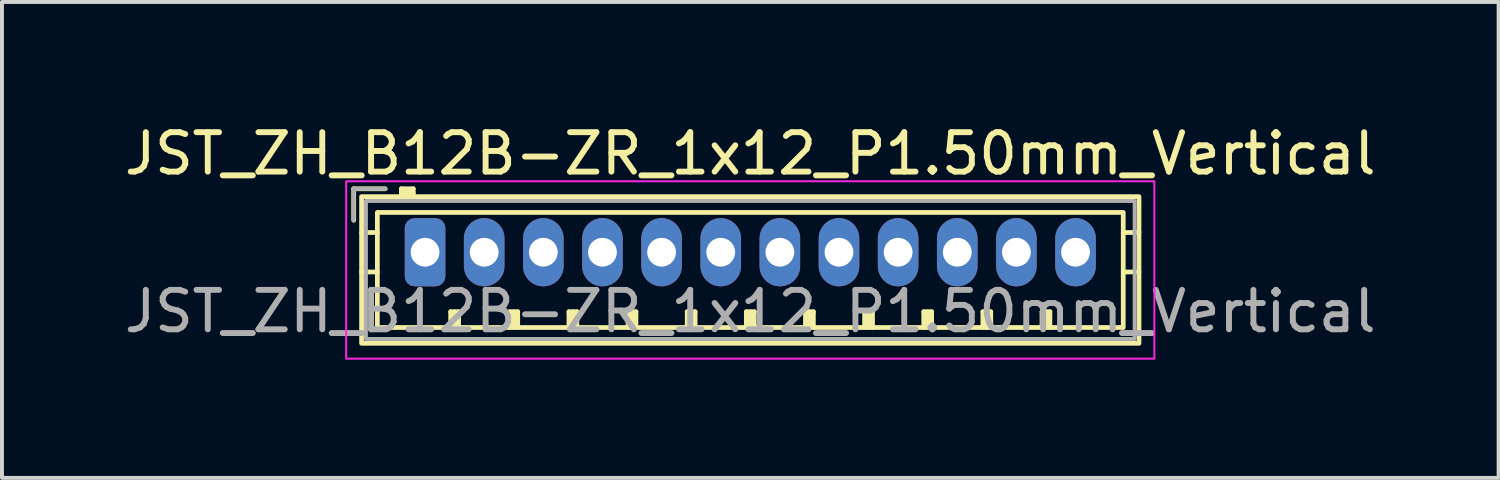
<source format=kicad_pcb>
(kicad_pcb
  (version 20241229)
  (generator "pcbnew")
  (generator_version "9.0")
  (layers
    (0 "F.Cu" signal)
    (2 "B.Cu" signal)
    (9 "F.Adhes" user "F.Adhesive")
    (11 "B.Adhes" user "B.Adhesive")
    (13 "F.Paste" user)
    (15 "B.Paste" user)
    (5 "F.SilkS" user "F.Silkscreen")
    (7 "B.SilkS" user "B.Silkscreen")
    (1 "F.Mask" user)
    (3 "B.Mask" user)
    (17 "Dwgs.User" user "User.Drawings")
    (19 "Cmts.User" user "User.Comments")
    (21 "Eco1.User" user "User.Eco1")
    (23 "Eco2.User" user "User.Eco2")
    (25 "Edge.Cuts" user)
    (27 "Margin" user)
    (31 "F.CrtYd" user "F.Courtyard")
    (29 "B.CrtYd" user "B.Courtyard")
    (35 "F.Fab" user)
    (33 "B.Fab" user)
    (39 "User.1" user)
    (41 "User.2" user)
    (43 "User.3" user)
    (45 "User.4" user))
  (footprint "JST_ZH_B12B-ZR_1x12_P1.50mm_Vertical"
    (layer "F.Cu")
    (at 7.732 3.348)
    (property "Reference" "JST_ZH_B12B-ZR_1x12_P1.50mm_Vertical" (at 8.25 -2.5 0) (layer "F.SilkS") (effects (font (size 1 1) (thickness 0.15))))
    (attr through_hole)
    (fp_line (start -1.81 -1.61) (end -1.81 -0.81) (stroke (width 0.12) (type solid)) (layer "F.SilkS"))
    (fp_line (start -1.61 -0.5) (end -1.21 -0.5) (stroke (width 0.12) (type solid)) (layer "F.SilkS"))
    (fp_line (start -1.61 0.5) (end -1.21 0.5) (stroke (width 0.12) (type solid)) (layer "F.SilkS"))
    (fp_line (start -1.01 -1.61) (end -1.81 -1.61) (stroke (width 0.12) (type solid)) (layer "F.SilkS"))
    (fp_line (start -0.6 -1.61) (end -0.6 -1.41) (stroke (width 0.12) (type solid)) (layer "F.SilkS"))
    (fp_line (start -0.3 -1.61) (end -0.6 -1.61) (stroke (width 0.12) (type solid)) (layer "F.SilkS"))
    (fp_line (start -0.3 -1.51) (end -0.6 -1.51) (stroke (width 0.12) (type solid)) (layer "F.SilkS"))
    (fp_line (start -0.3 -1.41) (end -0.3 -1.61) (stroke (width 0.12) (type solid)) (layer "F.SilkS"))
    (fp_line (start 0.65 1.51) (end 0.85 1.51) (stroke (width 0.12) (type solid)) (layer "F.SilkS"))
    (fp_line (start 0.65 1.91) (end 0.65 1.51) (stroke (width 0.12) (type solid)) (layer "F.SilkS"))
    (fp_line (start 0.75 1.91) (end 0.75 1.51) (stroke (width 0.12) (type solid)) (layer "F.SilkS"))
    (fp_line (start 0.85 1.51) (end 0.85 1.91) (stroke (width 0.12) (type solid)) (layer "F.SilkS"))
    (fp_line (start 2.15 1.51) (end 2.35 1.51) (stroke (width 0.12) (type solid)) (layer "F.SilkS"))
    (fp_line (start 2.15 1.91) (end 2.15 1.51) (stroke (width 0.12) (type solid)) (layer "F.SilkS"))
    (fp_line (start 2.25 1.91) (end 2.25 1.51) (stroke (width 0.12) (type solid)) (layer "F.SilkS"))
    (fp_line (start 2.35 1.51) (end 2.35 1.91) (stroke (width 0.12) (type solid)) (layer "F.SilkS"))
    (fp_line (start 3.65 1.51) (end 3.85 1.51) (stroke (width 0.12) (type solid)) (layer "F.SilkS"))
    (fp_line (start 3.65 1.91) (end 3.65 1.51) (stroke (width 0.12) (type solid)) (layer "F.SilkS"))
    (fp_line (start 3.75 1.91) (end 3.75 1.51) (stroke (width 0.12) (type solid)) (layer "F.SilkS"))
    (fp_line (start 3.85 1.51) (end 3.85 1.91) (stroke (width 0.12) (type solid)) (layer "F.SilkS"))
    (fp_line (start 5.15 1.51) (end 5.35 1.51) (stroke (width 0.12) (type solid)) (layer "F.SilkS"))
    (fp_line (start 5.15 1.91) (end 5.15 1.51) (stroke (width 0.12) (type solid)) (layer "F.SilkS"))
    (fp_line (start 5.25 1.91) (end 5.25 1.51) (stroke (width 0.12) (type solid)) (layer "F.SilkS"))
    (fp_line (start 5.35 1.51) (end 5.35 1.91) (stroke (width 0.12) (type solid)) (layer "F.SilkS"))
    (fp_line (start 6.65 1.51) (end 6.85 1.51) (stroke (width 0.12) (type solid)) (layer "F.SilkS"))
    (fp_line (start 6.65 1.91) (end 6.65 1.51) (stroke (width 0.12) (type solid)) (layer "F.SilkS"))
    (fp_line (start 6.75 1.91) (end 6.75 1.51) (stroke (width 0.12) (type solid)) (layer "F.SilkS"))
    (fp_line (start 6.85 1.51) (end 6.85 1.91) (stroke (width 0.12) (type solid)) (layer "F.SilkS"))
    (fp_line (start 8.15 1.51) (end 8.35 1.51) (stroke (width 0.12) (type solid)) (layer "F.SilkS"))
    (fp_line (start 8.15 1.91) (end 8.15 1.51) (stroke (width 0.12) (type solid)) (layer "F.SilkS"))
    (fp_line (start 8.25 1.91) (end 8.25 1.51) (stroke (width 0.12) (type solid)) (layer "F.SilkS"))
    (fp_line (start 8.35 1.51) (end 8.35 1.91) (stroke (width 0.12) (type solid)) (layer "F.SilkS"))
    (fp_line (start 9.65 1.51) (end 9.85 1.51) (stroke (width 0.12) (type solid)) (layer "F.SilkS"))
    (fp_line (start 9.65 1.91) (end 9.65 1.51) (stroke (width 0.12) (type solid)) (layer "F.SilkS"))
    (fp_line (start 9.75 1.91) (end 9.75 1.51) (stroke (width 0.12) (type solid)) (layer "F.SilkS"))
    (fp_line (start 9.85 1.51) (end 9.85 1.91) (stroke (width 0.12) (type solid)) (layer "F.SilkS"))
    (fp_line (start 11.15 1.51) (end 11.35 1.51) (stroke (width 0.12) (type solid)) (layer "F.SilkS"))
    (fp_line (start 11.15 1.91) (end 11.15 1.51) (stroke (width 0.12) (type solid)) (layer "F.SilkS"))
    (fp_line (start 11.25 1.91) (end 11.25 1.51) (stroke (width 0.12) (type solid)) (layer "F.SilkS"))
    (fp_line (start 11.35 1.51) (end 11.35 1.91) (stroke (width 0.12) (type solid)) (layer "F.SilkS"))
    (fp_line (start 12.65 1.51) (end 12.85 1.51) (stroke (width 0.12) (type solid)) (layer "F.SilkS"))
    (fp_line (start 12.65 1.91) (end 12.65 1.51) (stroke (width 0.12) (type solid)) (layer "F.SilkS"))
    (fp_line (start 12.75 1.91) (end 12.75 1.51) (stroke (width 0.12) (type solid)) (layer "F.SilkS"))
    (fp_line (start 12.85 1.51) (end 12.85 1.91) (stroke (width 0.12) (type solid)) (layer "F.SilkS"))
    (fp_line (start 14.15 1.51) (end 14.35 1.51) (stroke (width 0.12) (type solid)) (layer "F.SilkS"))
    (fp_line (start 14.15 1.91) (end 14.15 1.51) (stroke (width 0.12) (type solid)) (layer "F.SilkS"))
    (fp_line (start 14.25 1.91) (end 14.25 1.51) (stroke (width 0.12) (type solid)) (layer "F.SilkS"))
    (fp_line (start 14.35 1.51) (end 14.35 1.91) (stroke (width 0.12) (type solid)) (layer "F.SilkS"))
    (fp_line (start 15.65 1.51) (end 15.85 1.51) (stroke (width 0.12) (type solid)) (layer "F.SilkS"))
    (fp_line (start 15.65 1.91) (end 15.65 1.51) (stroke (width 0.12) (type solid)) (layer "F.SilkS"))
    (fp_line (start 15.75 1.91) (end 15.75 1.51) (stroke (width 0.12) (type solid)) (layer "F.SilkS"))
    (fp_line (start 15.85 1.51) (end 15.85 1.91) (stroke (width 0.12) (type solid)) (layer "F.SilkS"))
    (fp_line (start 18.11 -0.5) (end 17.71 -0.5) (stroke (width 0.12) (type solid)) (layer "F.SilkS"))
    (fp_line (start 18.11 0.5) (end 17.71 0.5) (stroke (width 0.12) (type solid)) (layer "F.SilkS"))
    (fp_rect (start -1.61 -1.41) (end 18.11 2.31) (stroke (width 0.12) (type solid)) (fill no) (layer "F.SilkS"))
    (fp_rect (start -1.21 -1.01) (end 17.71 1.91) (stroke (width 0.12) (type solid)) (fill no) (layer "F.SilkS"))
    (fp_rect (start -2 -1.8) (end 18.5 2.7) (stroke (width 0.05) (type solid)) (fill no) (layer "F.CrtYd"))
    (fp_line (start -1.81 -1.61) (end -1.81 -0.81) (stroke (width 0.1) (type solid)) (layer "F.Fab"))
    (fp_line (start -1.01 -1.61) (end -1.81 -1.61) (stroke (width 0.1) (type solid)) (layer "F.Fab"))
    (fp_rect (start -1.5 -1.3) (end 18 2.2) (stroke (width 0.1) (type solid)) (fill no) (layer "F.Fab"))
    (fp_text user "${REFERENCE}" (at 8.25 1.5 0) (layer "F.Fab") (effects (font (size 1 1) (thickness 0.15))))
    (pad "1" thru_hole roundrect (at 0 0) (size 1.03 1.73) (drill 0.73) (layers "*.Cu" "*.Mask") (roundrect_rratio 0.243))
    (pad "2" thru_hole oval (at 1.5 0) (size 1.03 1.73) (drill 0.73) (layers "*.Cu" "*.Mask"))
    (pad "3" thru_hole oval (at 3 0) (size 1.03 1.73) (drill 0.73) (layers "*.Cu" "*.Mask"))
    (pad "4" thru_hole oval (at 4.5 0) (size 1.03 1.73) (drill 0.73) (layers "*.Cu" "*.Mask"))
    (pad "5" thru_hole oval (at 6 0) (size 1.03 1.73) (drill 0.73) (layers "*.Cu" "*.Mask"))
    (pad "6" thru_hole oval (at 7.5 0) (size 1.03 1.73) (drill 0.73) (layers "*.Cu" "*.Mask"))
    (pad "7" thru_hole oval (at 9 0) (size 1.03 1.73) (drill 0.73) (layers "*.Cu" "*.Mask"))
    (pad "8" thru_hole oval (at 10.5 0) (size 1.03 1.73) (drill 0.73) (layers "*.Cu" "*.Mask"))
    (pad "9" thru_hole oval (at 12 0) (size 1.03 1.73) (drill 0.73) (layers "*.Cu" "*.Mask"))
    (pad "10" thru_hole oval (at 13.5 0) (size 1.03 1.73) (drill 0.73) (layers "*.Cu" "*.Mask"))
    (pad "11" thru_hole oval (at 15 0) (size 1.03 1.73) (drill 0.73) (layers "*.Cu" "*.Mask"))
    (pad "12" thru_hole oval (at 16.5 0) (size 1.03 1.73) (drill 0.73) (layers "*.Cu" "*.Mask")))
  (gr_rect
    (start -3 -3)
    (end 34.964 9.073)
    (stroke (width 0.1) (type default))
    (fill no)
    (layer "Edge.Cuts")))
</source>
